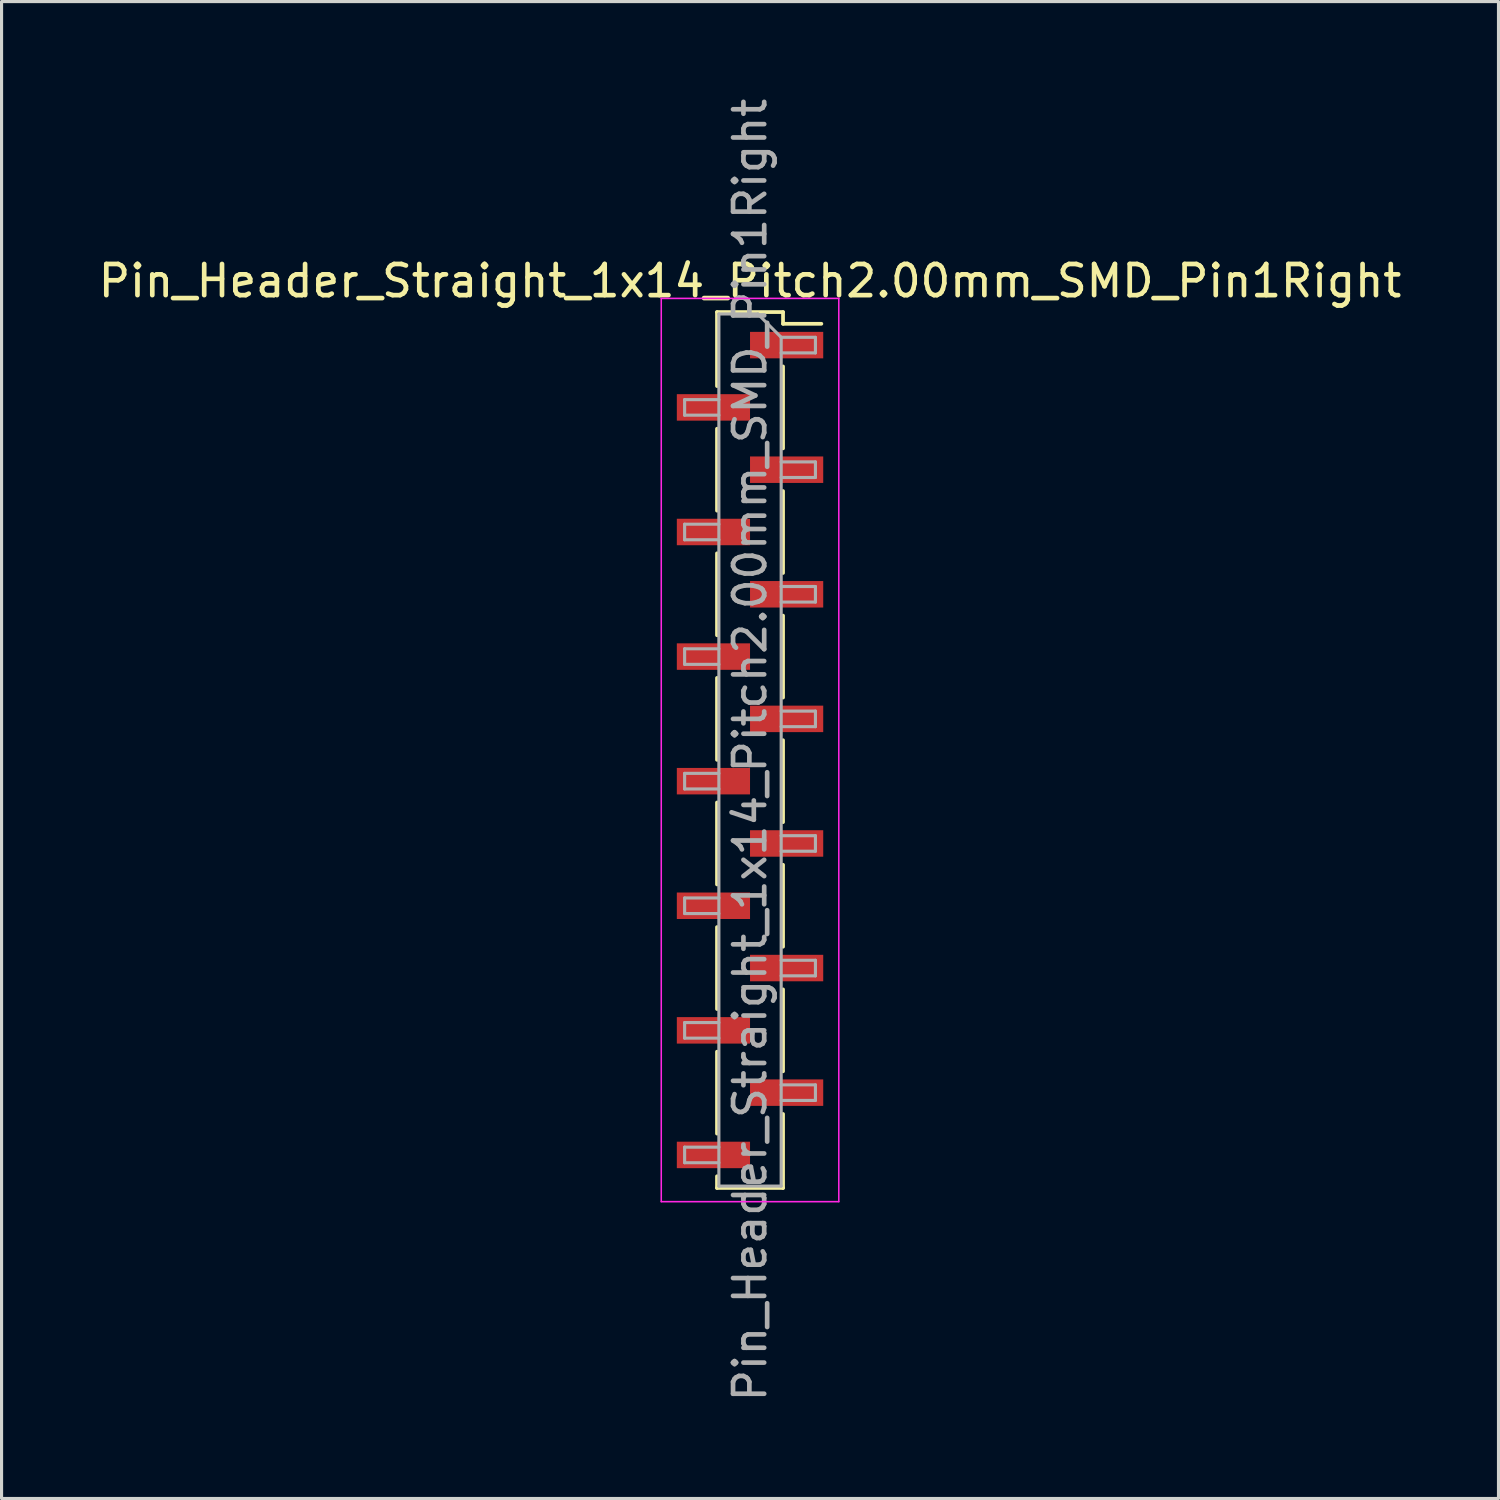
<source format=kicad_pcb>
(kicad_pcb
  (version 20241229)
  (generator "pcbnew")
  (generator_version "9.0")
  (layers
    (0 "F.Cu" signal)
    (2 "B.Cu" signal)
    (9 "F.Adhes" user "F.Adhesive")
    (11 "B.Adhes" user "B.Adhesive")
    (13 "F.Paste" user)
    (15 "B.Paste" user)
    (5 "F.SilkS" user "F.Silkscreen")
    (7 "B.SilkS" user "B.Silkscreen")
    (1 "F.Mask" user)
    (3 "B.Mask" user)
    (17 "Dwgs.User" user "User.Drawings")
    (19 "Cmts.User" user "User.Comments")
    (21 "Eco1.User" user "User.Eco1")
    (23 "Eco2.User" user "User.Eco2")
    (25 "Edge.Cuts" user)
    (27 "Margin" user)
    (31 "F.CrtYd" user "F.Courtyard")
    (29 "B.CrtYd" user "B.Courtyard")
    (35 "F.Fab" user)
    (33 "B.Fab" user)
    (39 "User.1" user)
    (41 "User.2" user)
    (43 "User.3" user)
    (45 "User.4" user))
  (footprint "Pin_Header_Straight_1x14_Pitch2.00mm_SMD_Pin1Right"
    (layer "F.Cu")
    (at 21.03 21.03)
    (property "Reference" "Pin_Header_Straight_1x14_Pitch2.00mm_SMD_Pin1Right" (at 0 -15.06 0) (layer "F.SilkS") (effects (font (size 1 1) (thickness 0.15))))
    (attr smd)
    (fp_line (start -1.06 -14.06) (end -1.06 -11.685) (stroke (width 0.12) (type solid)) (layer "F.SilkS"))
    (fp_line (start -1.06 -14.06) (end 1.06 -14.06) (stroke (width 0.12) (type solid)) (layer "F.SilkS"))
    (fp_line (start -1.06 -10.315) (end -1.06 -7.685) (stroke (width 0.12) (type solid)) (layer "F.SilkS"))
    (fp_line (start -1.06 -6.315) (end -1.06 -3.685) (stroke (width 0.12) (type solid)) (layer "F.SilkS"))
    (fp_line (start -1.06 -2.315) (end -1.06 0.315) (stroke (width 0.12) (type solid)) (layer "F.SilkS"))
    (fp_line (start -1.06 1.685) (end -1.06 4.315) (stroke (width 0.12) (type solid)) (layer "F.SilkS"))
    (fp_line (start -1.06 5.685) (end -1.06 8.315) (stroke (width 0.12) (type solid)) (layer "F.SilkS"))
    (fp_line (start -1.06 9.685) (end -1.06 12.315) (stroke (width 0.12) (type solid)) (layer "F.SilkS"))
    (fp_line (start -1.06 13.685) (end -1.06 14.06) (stroke (width 0.12) (type solid)) (layer "F.SilkS"))
    (fp_line (start -1.06 14.06) (end 1.06 14.06) (stroke (width 0.12) (type solid)) (layer "F.SilkS"))
    (fp_line (start 1.06 -14.06) (end 1.06 -13.685) (stroke (width 0.12) (type solid)) (layer "F.SilkS"))
    (fp_line (start 1.06 -13.685) (end 2.29 -13.685) (stroke (width 0.12) (type solid)) (layer "F.SilkS"))
    (fp_line (start 1.06 -12.315) (end 1.06 -9.685) (stroke (width 0.12) (type solid)) (layer "F.SilkS"))
    (fp_line (start 1.06 -8.315) (end 1.06 -5.685) (stroke (width 0.12) (type solid)) (layer "F.SilkS"))
    (fp_line (start 1.06 -4.315) (end 1.06 -1.685) (stroke (width 0.12) (type solid)) (layer "F.SilkS"))
    (fp_line (start 1.06 -0.315) (end 1.06 2.315) (stroke (width 0.12) (type solid)) (layer "F.SilkS"))
    (fp_line (start 1.06 3.685) (end 1.06 6.315) (stroke (width 0.12) (type solid)) (layer "F.SilkS"))
    (fp_line (start 1.06 7.685) (end 1.06 10.315) (stroke (width 0.12) (type solid)) (layer "F.SilkS"))
    (fp_line (start 1.06 11.685) (end 1.06 14.06) (stroke (width 0.12) (type solid)) (layer "F.SilkS"))
    (fp_line (start -2.85 -14.5) (end -2.85 14.5) (stroke (width 0.05) (type solid)) (layer "F.CrtYd"))
    (fp_line (start -2.85 14.5) (end 2.85 14.5) (stroke (width 0.05) (type solid)) (layer "F.CrtYd"))
    (fp_line (start 2.85 -14.5) (end -2.85 -14.5) (stroke (width 0.05) (type solid)) (layer "F.CrtYd"))
    (fp_line (start 2.85 14.5) (end 2.85 -14.5) (stroke (width 0.05) (type solid)) (layer "F.CrtYd"))
    (fp_line (start -2.1 -11.25) (end -2.1 -10.75) (stroke (width 0.1) (type solid)) (layer "F.Fab"))
    (fp_line (start -2.1 -10.75) (end -1 -10.75) (stroke (width 0.1) (type solid)) (layer "F.Fab"))
    (fp_line (start -2.1 -7.25) (end -2.1 -6.75) (stroke (width 0.1) (type solid)) (layer "F.Fab"))
    (fp_line (start -2.1 -6.75) (end -1 -6.75) (stroke (width 0.1) (type solid)) (layer "F.Fab"))
    (fp_line (start -2.1 -3.25) (end -2.1 -2.75) (stroke (width 0.1) (type solid)) (layer "F.Fab"))
    (fp_line (start -2.1 -2.75) (end -1 -2.75) (stroke (width 0.1) (type solid)) (layer "F.Fab"))
    (fp_line (start -2.1 0.75) (end -2.1 1.25) (stroke (width 0.1) (type solid)) (layer "F.Fab"))
    (fp_line (start -2.1 1.25) (end -1 1.25) (stroke (width 0.1) (type solid)) (layer "F.Fab"))
    (fp_line (start -2.1 4.75) (end -2.1 5.25) (stroke (width 0.1) (type solid)) (layer "F.Fab"))
    (fp_line (start -2.1 5.25) (end -1 5.25) (stroke (width 0.1) (type solid)) (layer "F.Fab"))
    (fp_line (start -2.1 8.75) (end -2.1 9.25) (stroke (width 0.1) (type solid)) (layer "F.Fab"))
    (fp_line (start -2.1 9.25) (end -1 9.25) (stroke (width 0.1) (type solid)) (layer "F.Fab"))
    (fp_line (start -2.1 12.75) (end -2.1 13.25) (stroke (width 0.1) (type solid)) (layer "F.Fab"))
    (fp_line (start -2.1 13.25) (end -1 13.25) (stroke (width 0.1) (type solid)) (layer "F.Fab"))
    (fp_line (start -1 -14) (end -1 14) (stroke (width 0.1) (type solid)) (layer "F.Fab"))
    (fp_line (start -1 -14) (end 0.25 -14) (stroke (width 0.1) (type solid)) (layer "F.Fab"))
    (fp_line (start -1 -11.25) (end -2.1 -11.25) (stroke (width 0.1) (type solid)) (layer "F.Fab"))
    (fp_line (start -1 -7.25) (end -2.1 -7.25) (stroke (width 0.1) (type solid)) (layer "F.Fab"))
    (fp_line (start -1 -3.25) (end -2.1 -3.25) (stroke (width 0.1) (type solid)) (layer "F.Fab"))
    (fp_line (start -1 0.75) (end -2.1 0.75) (stroke (width 0.1) (type solid)) (layer "F.Fab"))
    (fp_line (start -1 4.75) (end -2.1 4.75) (stroke (width 0.1) (type solid)) (layer "F.Fab"))
    (fp_line (start -1 8.75) (end -2.1 8.75) (stroke (width 0.1) (type solid)) (layer "F.Fab"))
    (fp_line (start -1 12.75) (end -2.1 12.75) (stroke (width 0.1) (type solid)) (layer "F.Fab"))
    (fp_line (start 1 -13.25) (end 0.25 -14) (stroke (width 0.1) (type solid)) (layer "F.Fab"))
    (fp_line (start 1 -13.25) (end 2.1 -13.25) (stroke (width 0.1) (type solid)) (layer "F.Fab"))
    (fp_line (start 1 -9.25) (end 2.1 -9.25) (stroke (width 0.1) (type solid)) (layer "F.Fab"))
    (fp_line (start 1 -5.25) (end 2.1 -5.25) (stroke (width 0.1) (type solid)) (layer "F.Fab"))
    (fp_line (start 1 -1.25) (end 2.1 -1.25) (stroke (width 0.1) (type solid)) (layer "F.Fab"))
    (fp_line (start 1 2.75) (end 2.1 2.75) (stroke (width 0.1) (type solid)) (layer "F.Fab"))
    (fp_line (start 1 6.75) (end 2.1 6.75) (stroke (width 0.1) (type solid)) (layer "F.Fab"))
    (fp_line (start 1 10.75) (end 2.1 10.75) (stroke (width 0.1) (type solid)) (layer "F.Fab"))
    (fp_line (start 1 14) (end -1 14) (stroke (width 0.1) (type solid)) (layer "F.Fab"))
    (fp_line (start 1 14) (end 1 -13.25) (stroke (width 0.1) (type solid)) (layer "F.Fab"))
    (fp_line (start 2.1 -13.25) (end 2.1 -12.75) (stroke (width 0.1) (type solid)) (layer "F.Fab"))
    (fp_line (start 2.1 -12.75) (end 1 -12.75) (stroke (width 0.1) (type solid)) (layer "F.Fab"))
    (fp_line (start 2.1 -9.25) (end 2.1 -8.75) (stroke (width 0.1) (type solid)) (layer "F.Fab"))
    (fp_line (start 2.1 -8.75) (end 1 -8.75) (stroke (width 0.1) (type solid)) (layer "F.Fab"))
    (fp_line (start 2.1 -5.25) (end 2.1 -4.75) (stroke (width 0.1) (type solid)) (layer "F.Fab"))
    (fp_line (start 2.1 -4.75) (end 1 -4.75) (stroke (width 0.1) (type solid)) (layer "F.Fab"))
    (fp_line (start 2.1 -1.25) (end 2.1 -0.75) (stroke (width 0.1) (type solid)) (layer "F.Fab"))
    (fp_line (start 2.1 -0.75) (end 1 -0.75) (stroke (width 0.1) (type solid)) (layer "F.Fab"))
    (fp_line (start 2.1 2.75) (end 2.1 3.25) (stroke (width 0.1) (type solid)) (layer "F.Fab"))
    (fp_line (start 2.1 3.25) (end 1 3.25) (stroke (width 0.1) (type solid)) (layer "F.Fab"))
    (fp_line (start 2.1 6.75) (end 2.1 7.25) (stroke (width 0.1) (type solid)) (layer "F.Fab"))
    (fp_line (start 2.1 7.25) (end 1 7.25) (stroke (width 0.1) (type solid)) (layer "F.Fab"))
    (fp_line (start 2.1 10.75) (end 2.1 11.25) (stroke (width 0.1) (type solid)) (layer "F.Fab"))
    (fp_line (start 2.1 11.25) (end 1 11.25) (stroke (width 0.1) (type solid)) (layer "F.Fab"))
    (fp_text user "${REFERENCE}" (at 0 0 90) (layer "F.Fab") (effects (font (size 1 1) (thickness 0.15))))
    (pad "1" smd rect (at 1.175 -13) (size 2.35 0.85) (layers "F.Cu" "F.Mask" "F.Paste"))
    (pad "2" smd rect (at -1.175 -11) (size 2.35 0.85) (layers "F.Cu" "F.Mask" "F.Paste"))
    (pad "3" smd rect (at 1.175 -9) (size 2.35 0.85) (layers "F.Cu" "F.Mask" "F.Paste"))
    (pad "4" smd rect (at -1.175 -7) (size 2.35 0.85) (layers "F.Cu" "F.Mask" "F.Paste"))
    (pad "5" smd rect (at 1.175 -5) (size 2.35 0.85) (layers "F.Cu" "F.Mask" "F.Paste"))
    (pad "6" smd rect (at -1.175 -3) (size 2.35 0.85) (layers "F.Cu" "F.Mask" "F.Paste"))
    (pad "7" smd rect (at 1.175 -1) (size 2.35 0.85) (layers "F.Cu" "F.Mask" "F.Paste"))
    (pad "8" smd rect (at -1.175 1) (size 2.35 0.85) (layers "F.Cu" "F.Mask" "F.Paste"))
    (pad "9" smd rect (at 1.175 3) (size 2.35 0.85) (layers "F.Cu" "F.Mask" "F.Paste"))
    (pad "10" smd rect (at -1.175 5) (size 2.35 0.85) (layers "F.Cu" "F.Mask" "F.Paste"))
    (pad "11" smd rect (at 1.175 7) (size 2.35 0.85) (layers "F.Cu" "F.Mask" "F.Paste"))
    (pad "12" smd rect (at -1.175 9) (size 2.35 0.85) (layers "F.Cu" "F.Mask" "F.Paste"))
    (pad "13" smd rect (at 1.175 11) (size 2.35 0.85) (layers "F.Cu" "F.Mask" "F.Paste"))
    (pad "14" smd rect (at -1.175 13) (size 2.35 0.85) (layers "F.Cu" "F.Mask" "F.Paste")))
  (gr_rect
    (start -3 -3)
    (end 45.06 45.06)
    (stroke (width 0.1) (type default))
    (fill no)
    (layer "Edge.Cuts")))
</source>
